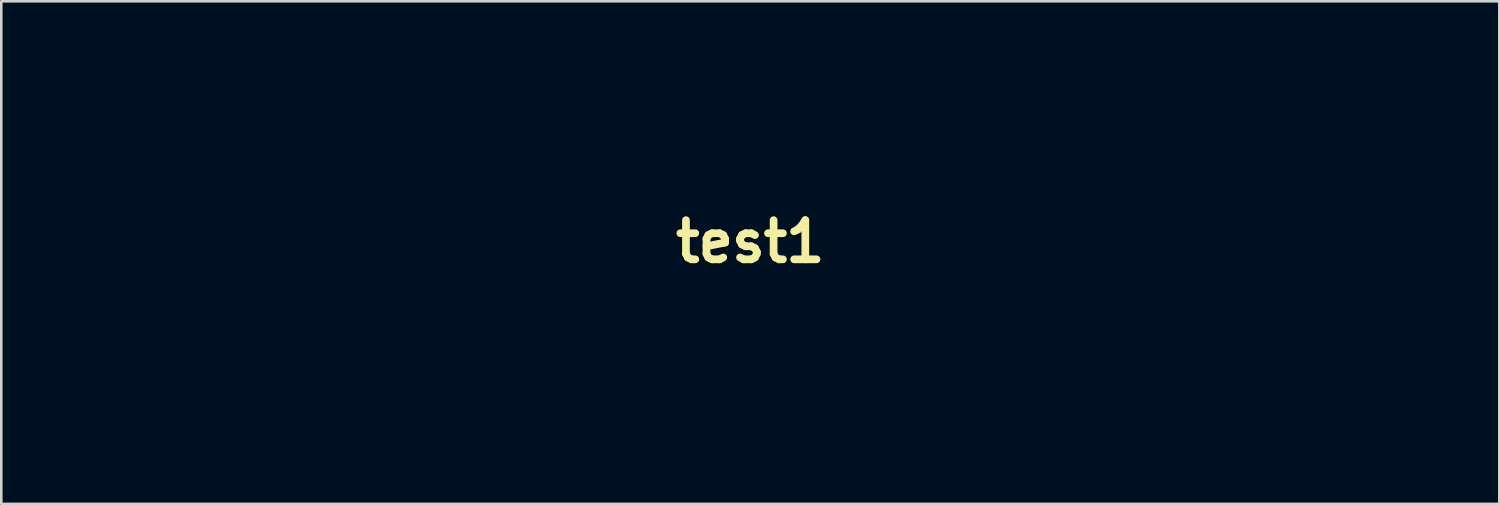
<source format=kicad_pcb>
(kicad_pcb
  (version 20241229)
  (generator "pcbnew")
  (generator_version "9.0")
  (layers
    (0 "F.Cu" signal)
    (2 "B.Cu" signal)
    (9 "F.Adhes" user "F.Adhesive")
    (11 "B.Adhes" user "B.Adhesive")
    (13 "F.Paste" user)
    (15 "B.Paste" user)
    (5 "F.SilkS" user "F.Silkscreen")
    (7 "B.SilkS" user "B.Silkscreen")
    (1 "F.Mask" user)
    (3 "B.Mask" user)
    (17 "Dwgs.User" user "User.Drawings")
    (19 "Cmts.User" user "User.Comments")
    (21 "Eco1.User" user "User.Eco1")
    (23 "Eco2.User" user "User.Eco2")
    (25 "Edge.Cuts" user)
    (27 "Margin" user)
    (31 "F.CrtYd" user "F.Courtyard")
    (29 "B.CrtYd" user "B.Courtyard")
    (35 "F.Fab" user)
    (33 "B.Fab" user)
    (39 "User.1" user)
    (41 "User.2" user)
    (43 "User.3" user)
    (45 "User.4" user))
  (footprint "test1"
    (layer "F.Cu")
    (at 26.146 6.352)
    (property "Reference" "test1" (at 0 0 0) (layer "F.SilkS") (effects (font (size 1.524 1.524) (thickness 0.3))))
    (attr through_hole)
    (fp_poly (pts (xy 7.285 -6.308) (xy 7.38 -6.2) (xy 7.565 -5.952) (xy 7.81 -5.602) (xy 8.074 -5.213) (xy 8.402 -4.746) (xy 8.747 -4.295) (xy 9.062 -3.919) (xy 9.249 -3.725) (xy 9.574 -3.375) (xy 9.715 -3.093) (xy 9.678 -2.852) (xy 9.525 -2.674) (xy 9.365 -2.492) (xy 9.313 -2.364) (xy 9.388 -2.238) (xy 9.586 -2.018) (xy 9.869 -1.747) (xy 9.948 -1.676) (xy 10.259 -1.378) (xy 10.482 -1.116) (xy 10.581 -0.933) (xy 10.583 -0.915) (xy 10.51 -0.729) (xy 10.324 -0.48) (xy 10.192 -0.344) (xy 9.801 0.025) (xy 10.278 0.462) (xy 10.578 0.732) (xy 10.85 0.969) (xy 10.987 1.084) (xy 11.176 1.3) (xy 11.185 1.529) (xy 11.01 1.805) (xy 10.889 1.933) (xy 10.559 2.263) (xy 11.08 2.745) (xy 11.388 3.026) (xy 11.666 3.272) (xy 11.833 3.412) (xy 12.004 3.59) (xy 12.065 3.726) (xy 11.982 3.895) (xy 11.76 4.143) (xy 11.439 4.435) (xy 11.06 4.738) (xy 10.663 5.018) (xy 10.288 5.24) (xy 10.236 5.266) (xy 9.752 5.477) (xy 9.209 5.672) (xy 8.817 5.785) (xy 8.437 5.876) (xy 8.131 5.951) (xy 7.965 5.992) (xy 7.964 5.992) (xy 7.871 6.11) (xy 7.832 6.346) (xy 7.832 6.668) (xy 15.24 6.668) (xy 15.24 5.317) (xy 15.238 4.76) (xy 15.229 4.378) (xy 15.206 4.134) (xy 15.163 3.99) (xy 15.095 3.911) (xy 15.002 3.862) (xy 14.867 3.776) (xy 14.795 3.634) (xy 14.767 3.375) (xy 14.764 3.122) (xy 14.764 2.487) (xy 15.266 2.455) (xy 15.56 2.426) (xy 15.741 2.39) (xy 15.769 2.371) (xy 15.712 2.261) (xy 15.572 2.054) (xy 15.536 2.005) (xy 15.34 1.602) (xy 15.314 1.198) (xy 15.439 0.838) (xy 15.696 0.568) (xy 16.067 0.432) (xy 16.196 0.423) (xy 16.48 0.462) (xy 16.757 0.6) (xy 17.068 0.848) (xy 17.551 1.273) (xy 17.745 1.029) (xy 18.129 0.663) (xy 18.547 0.459) (xy 18.961 0.425) (xy 19.333 0.567) (xy 19.476 0.691) (xy 19.685 1.055) (xy 19.708 1.476) (xy 19.546 1.904) (xy 19.494 1.981) (xy 19.344 2.208) (xy 19.265 2.356) (xy 19.262 2.371) (xy 19.356 2.409) (xy 19.595 2.432) (xy 19.727 2.434) (xy 20.193 2.434) (xy 20.238 2.937) (xy 20.243 3.403) (xy 20.169 3.734) (xy 20.024 3.901) (xy 19.952 3.916) (xy 19.885 3.945) (xy 19.839 4.053) (xy 19.811 4.272) (xy 19.796 4.634) (xy 19.791 5.17) (xy 19.791 5.292) (xy 19.791 6.668) (xy 26.141 6.668) (xy 26.141 7.2) (xy 19.315 7.144) (xy 19.315 5.345) (xy 19.315 4.69) (xy 19.32 4.216) (xy 19.333 3.894) (xy 19.358 3.692) (xy 19.399 3.582) (xy 19.46 3.532) (xy 19.544 3.513) (xy 19.553 3.512) (xy 19.731 3.433) (xy 19.79 3.229) (xy 19.791 3.172) (xy 19.791 2.866) (xy 18.979 2.835) (xy 18.549 2.804) (xy 18.253 2.752) (xy 18.128 2.685) (xy 18.128 2.685) (xy 18.186 2.565) (xy 18.376 2.371) (xy 18.622 2.173) (xy 19.019 1.818) (xy 19.226 1.481) (xy 19.236 1.174) (xy 19.187 1.068) (xy 18.982 0.904) (xy 18.71 0.905) (xy 18.407 1.051) (xy 18.111 1.323) (xy 17.861 1.703) (xy 17.841 1.745) (xy 17.663 2.024) (xy 17.488 2.094) (xy 17.304 1.956) (xy 17.15 1.703) (xy 16.901 1.326) (xy 16.602 1.031) (xy 16.305 0.866) (xy 16.184 0.847) (xy 15.954 0.939) (xy 15.789 1.16) (xy 15.74 1.429) (xy 15.761 1.52) (xy 15.887 1.704) (xy 16.128 1.948) (xy 16.362 2.142) (xy 16.698 2.418) (xy 16.851 2.607) (xy 16.814 2.729) (xy 16.58 2.798) (xy 16.143 2.834) (xy 16.087 2.836) (xy 15.692 2.863) (xy 15.38 2.904) (xy 15.212 2.951) (xy 15.203 2.958) (xy 15.15 3.135) (xy 15.225 3.339) (xy 15.382 3.477) (xy 15.459 3.493) (xy 15.532 3.503) (xy 15.586 3.555) (xy 15.622 3.676) (xy 15.645 3.896) (xy 15.658 4.244) (xy 15.662 4.75) (xy 15.663 5.345) (xy 15.663 7.197) (xy 7.408 7.197) (xy 7.408 6.4) (xy 7.424 5.929) (xy 7.472 5.655) (xy 7.541 5.566) (xy 7.708 5.532) (xy 8.016 5.479) (xy 8.38 5.421) (xy 9.046 5.257) (xy 9.768 4.976) (xy 10.459 4.619) (xy 11.034 4.224) (xy 11.086 4.18) (xy 11.536 3.793) (xy 9.837 2.195) (xy 10.693 1.462) (xy 10.241 1.115) (xy 9.928 0.847) (xy 9.63 0.545) (xy 9.38 0.248) (xy 9.211 -0.003) (xy 9.154 -0.168) (xy 9.169 -0.2) (xy 9.304 -0.304) (xy 9.541 -0.481) (xy 9.669 -0.576) (xy 10.078 -0.875) (xy 9.611 -1.274) (xy 9.279 -1.592) (xy 8.963 -1.95) (xy 8.837 -2.117) (xy 8.662 -2.389) (xy 8.609 -2.547) (xy 8.664 -2.636) (xy 8.683 -2.649) (xy 8.957 -2.814) (xy 9.09 -2.948) (xy 9.082 -3.097) (xy 8.931 -3.308) (xy 8.654 -3.609) (xy 8.31 -4.008) (xy 7.941 -4.488) (xy 7.625 -4.947) (xy 7.62 -4.956) (xy 7.396 -5.299) (xy 7.213 -5.562) (xy 7.1 -5.701) (xy 7.082 -5.712) (xy 7.002 -5.631) (xy 6.836 -5.408) (xy 6.612 -5.084) (xy 6.455 -4.847) (xy 6.146 -4.401) (xy 5.813 -3.963) (xy 5.51 -3.605) (xy 5.417 -3.507) (xy 4.945 -3.035) (xy 5.277 -2.761) (xy 5.609 -2.487) (xy 5.135 -1.892) (xy 4.857 -1.565) (xy 4.588 -1.287) (xy 4.391 -1.12) (xy 4.229 -0.99) (xy 4.197 -0.865) (xy 4.31 -0.71) (xy 4.584 -0.489) (xy 4.687 -0.413) (xy 5.12 -0.1) (xy 3.495 1.494) (xy 3.785 1.749) (xy 3.996 1.918) (xy 4.141 2.005) (xy 4.154 2.007) (xy 4.233 2.078) (xy 4.17 2.258) (xy 3.985 2.523) (xy 3.698 2.845) (xy 3.329 3.2) (xy 3.035 3.452) (xy 2.632 3.782) (xy 3.089 4.174) (xy 3.668 4.586) (xy 4.383 4.961) (xy 5.157 5.264) (xy 5.875 5.454) (xy 6.263 5.527) (xy 6.562 5.582) (xy 6.719 5.608) (xy 6.73 5.609) (xy 6.751 5.706) (xy 6.766 5.963) (xy 6.773 6.329) (xy 6.773 6.403) (xy 6.773 7.197) (xy -4.445 7.197) (xy -4.445 6.405) (xy -4.445 6.014) (xy -4.42 5.769) (xy -4.329 5.628) (xy -4.131 5.547) (xy -3.788 5.486) (xy -3.545 5.448) (xy -3.006 5.313) (xy -2.38 5.081) (xy -1.747 4.785) (xy -1.187 4.458) (xy -1.16 4.44) (xy -0.753 4.158) (xy -0.511 3.957) (xy -0.424 3.801) (xy -0.479 3.656) (xy -0.664 3.486) (xy -0.805 3.379) (xy -1.161 3.078) (xy -1.512 2.732) (xy -1.645 2.581) (xy -2.002 2.145) (xy -1.576 1.803) (xy -1.151 1.461) (xy -1.554 1.162) (xy -1.842 0.921) (xy -2.133 0.63) (xy -2.395 0.331) (xy -2.592 0.064) (xy -2.692 -0.129) (xy -2.685 -0.2) (xy -2.548 -0.305) (xy -2.313 -0.481) (xy -2.202 -0.562) (xy -1.811 -0.848) (xy -2.546 -1.594) (xy -2.859 -1.923) (xy -3.105 -2.207) (xy -3.253 -2.406) (xy -3.281 -2.469) (xy -3.198 -2.606) (xy -2.994 -2.769) (xy -2.96 -2.79) (xy -2.639 -2.979) (xy -3.167 -3.557) (xy -3.488 -3.937) (xy -3.845 -4.406) (xy -4.168 -4.87) (xy -4.202 -4.923) (xy -4.435 -5.274) (xy -4.626 -5.546) (xy -4.747 -5.696) (xy -4.77 -5.713) (xy -4.85 -5.631) (xy -5.012 -5.409) (xy -5.227 -5.088) (xy -5.328 -4.932) (xy -5.638 -4.477) (xy -5.993 -4.008) (xy -6.323 -3.617) (xy -6.355 -3.583) (xy -6.886 -3.017) (xy -6.556 -2.747) (xy -6.225 -2.477) (xy -6.702 -1.891) (xy -6.987 -1.565) (xy -7.268 -1.283) (xy -7.472 -1.114) (xy -7.764 -0.922) (xy -7.439 -0.631) (xy -7.18 -0.414) (xy -6.953 -0.246) (xy -6.917 -0.224) (xy -6.844 -0.159) (xy -6.844 -0.07) (xy -6.938 0.073) (xy -7.145 0.298) (xy -7.485 0.635) (xy -7.542 0.691) (xy -8.364 1.489) (xy -8.071 1.747) (xy -7.859 1.917) (xy -7.714 2.004) (xy -7.699 2.007) (xy -7.627 2.096) (xy -7.62 2.153) (xy -7.693 2.286) (xy -7.884 2.514) (xy -8.15 2.795) (xy -8.447 3.087) (xy -8.732 3.346) (xy -8.962 3.53) (xy -9.093 3.598) (xy -9.202 3.656) (xy -9.147 3.817) (xy -8.933 4.064) (xy -8.864 4.13) (xy -8.276 4.563) (xy -7.519 4.948) (xy -6.634 5.27) (xy -5.661 5.512) (xy -5.106 5.605) (xy -5.094 5.705) (xy -5.084 5.963) (xy -5.08 6.33) (xy -5.08 6.404) (xy -5.08 7.199) (xy -10.345 7.171) (xy -15.61 7.144) (xy -15.615 5.36) (xy -15.616 4.708) (xy -15.612 4.236) (xy -15.599 3.913) (xy -15.573 3.708) (xy -15.531 3.589) (xy -15.468 3.525) (xy -15.38 3.485) (xy -15.377 3.484) (xy -15.174 3.316) (xy -15.134 3.125) (xy -15.144 2.988) (xy -15.203 2.909) (xy -15.356 2.87) (xy -15.648 2.858) (xy -15.922 2.857) (xy -16.415 2.837) (xy -16.706 2.774) (xy -16.8 2.663) (xy -16.703 2.501) (xy -16.572 2.39) (xy -16.068 1.967) (xy -15.762 1.606) (xy -15.649 1.303) (xy -15.728 1.05) (xy -15.821 0.954) (xy -16.077 0.863) (xy -16.38 0.942) (xy -16.688 1.163) (xy -16.964 1.503) (xy -17.106 1.773) (xy -17.251 1.985) (xy -17.432 2.109) (xy -17.592 2.122) (xy -17.672 2.005) (xy -17.674 1.974) (xy -17.733 1.81) (xy -17.882 1.553) (xy -17.991 1.394) (xy -18.317 1.04) (xy -18.635 0.882) (xy -18.931 0.923) (xy -19.056 1.011) (xy -19.202 1.261) (xy -19.152 1.555) (xy -18.914 1.88) (xy -18.495 2.221) (xy -18.392 2.289) (xy -18.111 2.504) (xy -18.034 2.668) (xy -18.16 2.781) (xy -18.491 2.843) (xy -18.885 2.857) (xy -19.266 2.865) (xy -19.558 2.883) (xy -19.701 2.91) (xy -19.705 2.913) (xy -19.749 3.082) (xy -19.683 3.299) (xy -19.55 3.462) (xy -19.461 3.493) (xy -19.389 3.504) (xy -19.337 3.559) (xy -19.301 3.686) (xy -19.279 3.915) (xy -19.267 4.273) (xy -19.262 4.791) (xy -19.262 5.345) (xy -19.262 7.197) (xy -26.141 7.197) (xy -26.141 6.668) (xy -19.685 6.668) (xy -19.685 3.939) (xy -19.955 3.871) (xy -20.101 3.821) (xy -20.179 3.727) (xy -20.204 3.537) (xy -20.195 3.196) (xy -20.193 3.145) (xy -20.161 2.487) (xy -19.659 2.455) (xy -19.365 2.428) (xy -19.184 2.396) (xy -19.156 2.38) (xy -19.21 2.275) (xy -19.346 2.059) (xy -19.42 1.948) (xy -19.625 1.579) (xy -19.671 1.264) (xy -19.566 0.927) (xy -19.53 0.854) (xy -19.277 0.562) (xy -18.93 0.429) (xy -18.531 0.452) (xy -18.122 0.625) (xy -17.744 0.945) (xy -17.674 1.03) (xy -17.444 1.322) (xy -17.214 1.056) (xy -16.789 0.662) (xy -16.361 0.454) (xy -15.952 0.434) (xy -15.584 0.608) (xy -15.5 0.683) (xy -15.294 1.027) (xy -15.243 1.44) (xy -15.35 1.848) (xy -15.452 2.011) (xy -15.615 2.246) (xy -15.623 2.374) (xy -15.456 2.426) (xy -15.187 2.434) (xy -14.711 2.434) (xy -14.711 3.132) (xy -14.719 3.513) (xy -14.752 3.734) (xy -14.824 3.843) (xy -14.922 3.885) (xy -15.009 3.922) (xy -15.069 4.001) (xy -15.106 4.157) (xy -15.125 4.428) (xy -15.133 4.846) (xy -15.134 5.304) (xy -15.134 6.668) (xy -5.503 6.668) (xy -5.503 6.357) (xy -5.565 6.087) (xy -5.689 5.996) (xy -5.881 5.948) (xy -6.209 5.868) (xy -6.604 5.774) (xy -6.615 5.772) (xy -7.555 5.45) (xy -8.5 4.933) (xy -9.104 4.498) (xy -9.493 4.146) (xy -9.689 3.851) (xy -9.695 3.599) (xy -9.517 3.374) (xy -9.47 3.338) (xy -9.101 3.055) (xy -8.77 2.768) (xy -8.515 2.513) (xy -8.375 2.329) (xy -8.361 2.282) (xy -8.432 2.127) (xy -8.606 1.924) (xy -8.625 1.905) (xy -8.842 1.632) (xy -8.875 1.373) (xy -8.717 1.103) (xy -8.363 0.796) (xy -8.36 0.793) (xy -8.051 0.549) (xy -7.797 0.32) (xy -7.681 0.191) (xy -7.605 0.046) (xy -7.636 -0.082) (xy -7.801 -0.257) (xy -7.893 -0.339) (xy -8.114 -0.579) (xy -8.242 -0.805) (xy -8.255 -0.874) (xy -8.176 -1.058) (xy -7.96 -1.336) (xy -7.636 -1.67) (xy -7.605 -1.7) (xy -6.954 -2.309) (xy -7.181 -2.597) (xy -7.349 -2.863) (xy -7.383 -3.102) (xy -7.274 -3.36) (xy -7.008 -3.678) (xy -6.847 -3.841) (xy -6.522 -4.197) (xy -6.157 -4.651) (xy -5.818 -5.121) (xy -5.74 -5.239) (xy -5.489 -5.623) (xy -5.271 -5.949) (xy -5.117 -6.168) (xy -5.074 -6.224) (xy -4.911 -6.342) (xy -4.723 -6.323) (xy -4.495 -6.156) (xy -4.209 -5.826) (xy -3.849 -5.32) (xy -3.795 -5.239) (xy -3.465 -4.771) (xy -3.12 -4.324) (xy -2.804 -3.954) (xy -2.603 -3.751) (xy -2.272 -3.408) (xy -2.132 -3.115) (xy -2.176 -2.848) (xy -2.336 -2.638) (xy -2.481 -2.464) (xy -2.477 -2.317) (xy -2.393 -2.173) (xy -2.221 -1.969) (xy -1.952 -1.706) (xy -1.751 -1.533) (xy -1.469 -1.266) (xy -1.3 -1.03) (xy -1.27 -0.926) (xy -1.343 -0.732) (xy -1.53 -0.479) (xy -1.654 -0.351) (xy -2.037 0.011) (xy -1.786 0.281) (xy -1.544 0.507) (xy -1.224 0.762) (xy -1.085 0.863) (xy -0.765 1.138) (xy -0.647 1.399) (xy -0.729 1.68) (xy -0.957 1.962) (xy -1.278 2.294) (xy -0.819 2.708) (xy -0.504 2.981) (xy -0.2 3.23) (xy -0.057 3.338) (xy 0.156 3.559) (xy 0.19 3.804) (xy 0.039 4.086) (xy -0.301 4.419) (xy -0.558 4.621) (xy -1.58 5.264) (xy -2.63 5.698) (xy -3.228 5.85) (xy -3.613 5.931) (xy -3.837 6.003) (xy -3.948 6.095) (xy -3.991 6.238) (xy -4.002 6.332) (xy -4.035 6.668) (xy 6.35 6.668) (xy 6.35 6.352) (xy 6.312 6.114) (xy 6.159 6.003) (xy 6.059 5.977) (xy 4.861 5.664) (xy 3.83 5.239) (xy 2.944 4.695) (xy 2.619 4.436) (xy 2.299 4.131) (xy 2.142 3.878) (xy 2.153 3.64) (xy 2.336 3.379) (xy 2.697 3.057) (xy 2.805 2.971) (xy 3.122 2.706) (xy 3.363 2.475) (xy 3.485 2.319) (xy 3.493 2.292) (xy 3.421 2.13) (xy 3.247 1.923) (xy 3.228 1.905) (xy 3.01 1.63) (xy 2.98 1.368) (xy 3.142 1.095) (xy 3.479 0.804) (xy 3.787 0.558) (xy 4.039 0.322) (xy 4.149 0.193) (xy 4.23 0.037) (xy 4.205 -0.092) (xy 4.047 -0.262) (xy 3.95 -0.348) (xy 3.666 -0.677) (xy 3.593 -0.984) (xy 3.729 -1.276) (xy 4.01 -1.514) (xy 4.32 -1.756) (xy 4.586 -2.025) (xy 4.642 -2.097) (xy 4.782 -2.309) (xy 4.799 -2.434) (xy 4.699 -2.555) (xy 4.664 -2.586) (xy 4.477 -2.795) (xy 4.416 -2.998) (xy 4.492 -3.232) (xy 4.715 -3.533) (xy 5.01 -3.851) (xy 5.383 -4.272) (xy 5.782 -4.783) (xy 6.131 -5.286) (xy 6.191 -5.381) (xy 6.537 -5.893) (xy 6.829 -6.212) (xy 7.076 -6.347) (xy 7.285 -6.308)) (stroke (width 0.01) (type solid)) (fill yes) (layer "F.Mask")))
  (gr_rect
    (start -3 -3)
    (end 55.292 16.557)
    (stroke (width 0.1) (type default))
    (fill no)
    (layer "Edge.Cuts")))
</source>
